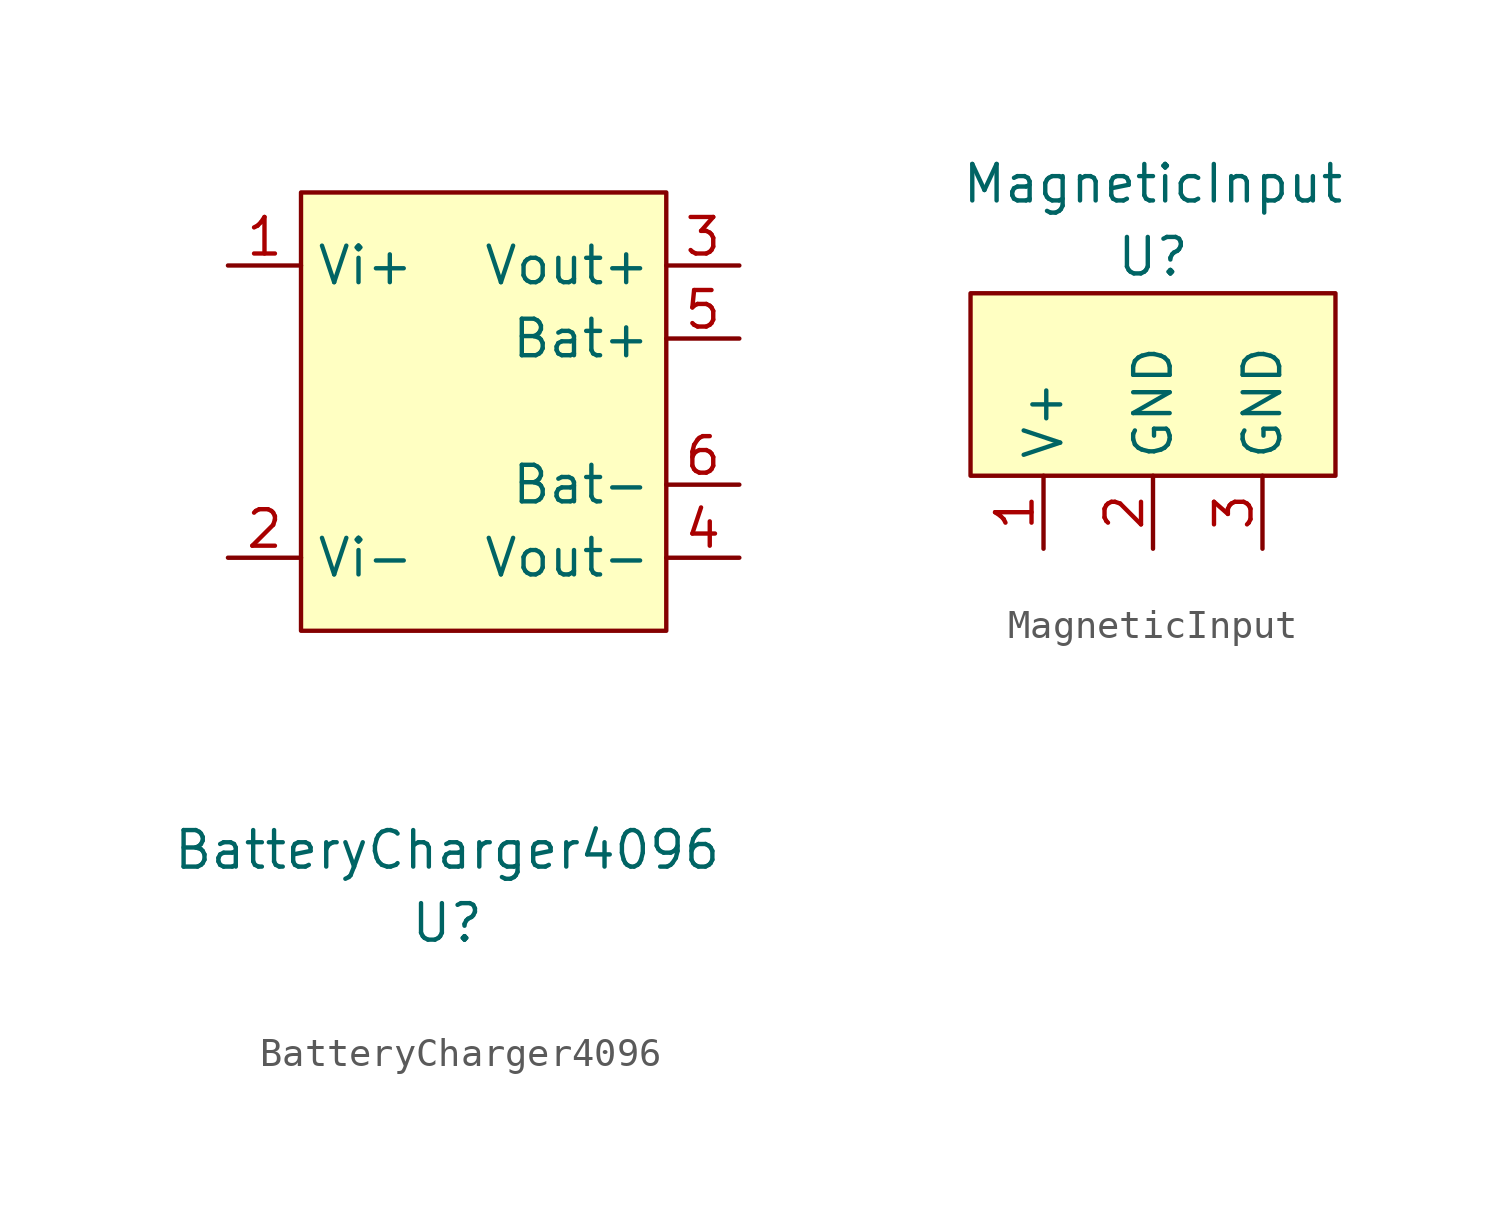
<source format=kicad_sym>
(kicad_symbol_lib
  (version 20211014)
  (generator kicad_symbol_editor)
  (symbol "BatteryCharger4096"
    (property "Reference" "U"
      (at 0 -17.78 0)
      (effects (font (size 1.27 1.27))))
    (property "Value" "BatteryCharger4096"
      (at 0 -15.24 0)
      (effects (font (size 1.27 1.27))))
    (symbol "BatteryCharger4096_0_1"
      (rectangle (start -5.08 7.62) (end 7.62 -7.62) (stroke (width 0.152) (type default) (color 0 0 0 0)) (fill (type background))))
    (symbol "BatteryCharger4096_1_1"
      (pin bidirectional line (at -7.62 5.08 0) (length 2.54) (name "Vi+" (effects (font (size 1.27 1.27)))) (number "1" (effects (font (size 1.27 1.27)))))
      (pin bidirectional line (at -7.62 -5.08 0) (length 2.54) (name "Vi-" (effects (font (size 1.27 1.27)))) (number "2" (effects (font (size 1.27 1.27)))))
      (pin bidirectional line (at 10.16 5.08 180) (length 2.54) (name "Vout+" (effects (font (size 1.27 1.27)))) (number "3" (effects (font (size 1.27 1.27)))))
      (pin bidirectional line (at 10.16 -5.08 180) (length 2.54) (name "Vout-" (effects (font (size 1.27 1.27)))) (number "4" (effects (font (size 1.27 1.27)))))
      (pin bidirectional line (at 10.16 2.54 180) (length 2.54) (name "Bat+" (effects (font (size 1.27 1.27)))) (number "5" (effects (font (size 1.27 1.27)))))
      (pin bidirectional line (at 10.16 -2.54 180) (length 2.54) (name "Bat-" (effects (font (size 1.27 1.27)))) (number "6" (effects (font (size 1.27 1.27)))))))
  (symbol "MagneticInput"
    (property "Reference" "U"
      (at 0 2.54 0)
      (effects (font (size 1.27 1.27))))
    (property "Value" "MagneticInput"
      (at 0 5.08 0)
      (effects (font (size 1.27 1.27))))
    (symbol "MagneticInput_0_1"
      (rectangle (start -6.35 -5.08) (end 6.35 1.27) (stroke (width 0.152) (type default) (color 0 0 0 0)) (fill (type background))))
    (symbol "MagneticInput_1_1"
      (pin bidirectional line (at -3.81 -7.62 90) (length 2.54) (name "V+" (effects (font (size 1.27 1.27)))) (number "1" (effects (font (size 1.27 1.27)))))
      (pin bidirectional line (at 0 -7.62 90) (length 2.54) (name "GND" (effects (font (size 1.27 1.27)))) (number "2" (effects (font (size 1.27 1.27)))))
      (pin bidirectional line (at 3.81 -7.62 90) (length 2.54) (name "GND" (effects (font (size 1.27 1.27)))) (number "3" (effects (font (size 1.27 1.27))))))))
</source>
